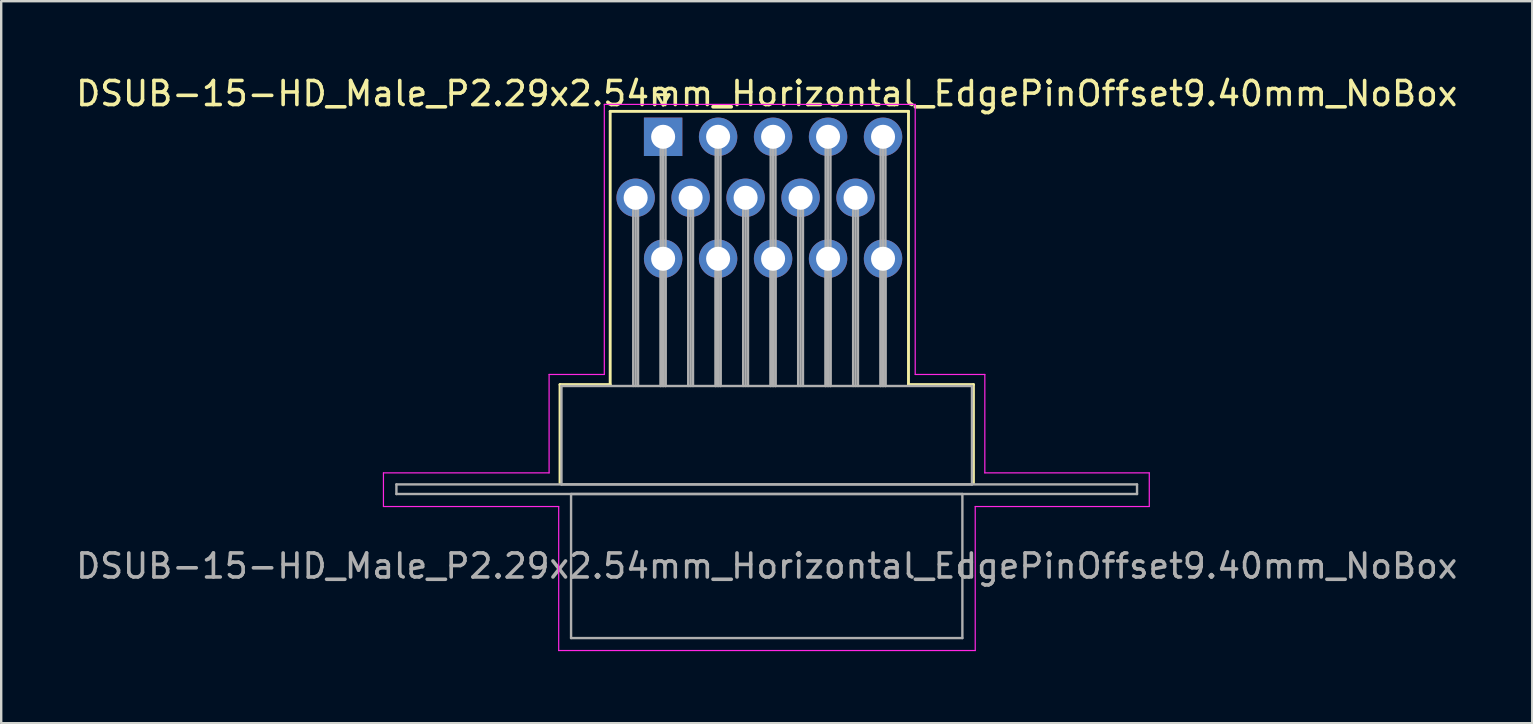
<source format=kicad_pcb>
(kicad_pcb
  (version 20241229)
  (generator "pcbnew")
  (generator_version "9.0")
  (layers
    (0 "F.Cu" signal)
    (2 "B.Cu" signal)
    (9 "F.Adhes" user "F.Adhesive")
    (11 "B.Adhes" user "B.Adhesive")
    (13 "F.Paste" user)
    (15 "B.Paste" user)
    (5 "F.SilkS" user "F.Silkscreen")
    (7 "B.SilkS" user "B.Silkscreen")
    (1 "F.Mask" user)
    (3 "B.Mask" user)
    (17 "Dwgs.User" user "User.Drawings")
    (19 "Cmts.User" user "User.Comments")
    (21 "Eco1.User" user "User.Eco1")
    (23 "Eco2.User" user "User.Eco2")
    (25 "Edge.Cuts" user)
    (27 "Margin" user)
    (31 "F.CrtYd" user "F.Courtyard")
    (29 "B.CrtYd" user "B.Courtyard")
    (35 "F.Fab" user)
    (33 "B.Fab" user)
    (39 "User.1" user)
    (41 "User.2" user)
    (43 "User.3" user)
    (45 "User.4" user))
  (footprint "DSUB-15-HD_Male_P2.29x2.54mm_Horizontal_EdgePinOffset9.40mm_NoBox"
    (layer "F.Cu")
    (at 24.572 2.648)
    (property "Reference" "DSUB-15-HD_Male_P2.29x2.54mm_Horizontal_EdgePinOffset9.40mm_NoBox" (at 4.315 -1.8 0) (layer "F.SilkS") (effects (font (size 1 1) (thickness 0.15))))
    (attr through_hole)
    (fp_line (start -4.295 10.32) (end -2.205 10.32) (stroke (width 0.12) (type solid)) (layer "F.SilkS"))
    (fp_line (start -4.295 14.42) (end -4.295 10.32) (stroke (width 0.12) (type solid)) (layer "F.SilkS"))
    (fp_line (start -2.205 -1.06) (end 10.22 -1.06) (stroke (width 0.12) (type solid)) (layer "F.SilkS"))
    (fp_line (start -2.205 10.32) (end -2.205 -1.06) (stroke (width 0.12) (type solid)) (layer "F.SilkS"))
    (fp_line (start -0.25 -1.754) (end 0.25 -1.754) (stroke (width 0.12) (type solid)) (layer "F.SilkS"))
    (fp_line (start 0 -1.321) (end -0.25 -1.754) (stroke (width 0.12) (type solid)) (layer "F.SilkS"))
    (fp_line (start 0.25 -1.754) (end 0 -1.321) (stroke (width 0.12) (type solid)) (layer "F.SilkS"))
    (fp_line (start 10.22 -1.06) (end 10.22 10.32) (stroke (width 0.12) (type solid)) (layer "F.SilkS"))
    (fp_line (start 10.22 10.32) (end 12.925 10.32) (stroke (width 0.12) (type solid)) (layer "F.SilkS"))
    (fp_line (start 12.925 10.32) (end 12.925 14.42) (stroke (width 0.12) (type solid)) (layer "F.SilkS"))
    (fp_line (start -11.65 14) (end -4.75 14) (stroke (width 0.05) (type solid)) (layer "F.CrtYd"))
    (fp_line (start -11.65 15.4) (end -11.65 14) (stroke (width 0.05) (type solid)) (layer "F.CrtYd"))
    (fp_line (start -4.75 9.9) (end -2.45 9.9) (stroke (width 0.05) (type solid)) (layer "F.CrtYd"))
    (fp_line (start -4.75 14) (end -4.75 9.9) (stroke (width 0.05) (type solid)) (layer "F.CrtYd"))
    (fp_line (start -4.35 15.4) (end -11.65 15.4) (stroke (width 0.05) (type solid)) (layer "F.CrtYd"))
    (fp_line (start -4.35 21.4) (end -4.35 15.4) (stroke (width 0.05) (type solid)) (layer "F.CrtYd"))
    (fp_line (start -2.45 -1.35) (end 10.5 -1.35) (stroke (width 0.05) (type solid)) (layer "F.CrtYd"))
    (fp_line (start -2.45 9.9) (end -2.45 -1.35) (stroke (width 0.05) (type solid)) (layer "F.CrtYd"))
    (fp_line (start 10.5 -1.35) (end 10.5 9.9) (stroke (width 0.05) (type solid)) (layer "F.CrtYd"))
    (fp_line (start 10.5 9.9) (end 13.4 9.9) (stroke (width 0.05) (type solid)) (layer "F.CrtYd"))
    (fp_line (start 13 15.4) (end 13 21.4) (stroke (width 0.05) (type solid)) (layer "F.CrtYd"))
    (fp_line (start 13 21.4) (end -4.35 21.4) (stroke (width 0.05) (type solid)) (layer "F.CrtYd"))
    (fp_line (start 13.4 9.9) (end 13.4 14) (stroke (width 0.05) (type solid)) (layer "F.CrtYd"))
    (fp_line (start 13.4 14) (end 20.25 14) (stroke (width 0.05) (type solid)) (layer "F.CrtYd"))
    (fp_line (start 20.25 14) (end 20.25 15.4) (stroke (width 0.05) (type solid)) (layer "F.CrtYd"))
    (fp_line (start 20.25 15.4) (end 13 15.4) (stroke (width 0.05) (type solid)) (layer "F.CrtYd"))
    (fp_line (start -11.11 14.48) (end -11.11 14.88) (stroke (width 0.1) (type solid)) (layer "F.Fab"))
    (fp_line (start -11.11 14.88) (end 19.74 14.88) (stroke (width 0.1) (type solid)) (layer "F.Fab"))
    (fp_line (start -4.235 10.38) (end -4.235 14.48) (stroke (width 0.1) (type solid)) (layer "F.Fab"))
    (fp_line (start -4.235 14.48) (end 12.865 14.48) (stroke (width 0.1) (type solid)) (layer "F.Fab"))
    (fp_line (start -3.835 14.88) (end -3.835 20.88) (stroke (width 0.1) (type solid)) (layer "F.Fab"))
    (fp_line (start -3.835 20.88) (end 12.465 20.88) (stroke (width 0.1) (type solid)) (layer "F.Fab"))
    (fp_line (start -1.245 2.54) (end -1.245 10.38) (stroke (width 0.1) (type solid)) (layer "F.Fab"))
    (fp_line (start -1.145 2.54) (end -1.145 10.38) (stroke (width 0.1) (type solid)) (layer "F.Fab"))
    (fp_line (start -1.045 2.54) (end -1.045 10.38) (stroke (width 0.1) (type solid)) (layer "F.Fab"))
    (fp_line (start -0.1 0) (end -0.1 10.38) (stroke (width 0.1) (type solid)) (layer "F.Fab"))
    (fp_line (start -0.1 5.08) (end -0.1 10.38) (stroke (width 0.1) (type solid)) (layer "F.Fab"))
    (fp_line (start 0 0) (end 0 10.38) (stroke (width 0.1) (type solid)) (layer "F.Fab"))
    (fp_line (start 0 5.08) (end 0 10.38) (stroke (width 0.1) (type solid)) (layer "F.Fab"))
    (fp_line (start 0.1 0) (end 0.1 10.38) (stroke (width 0.1) (type solid)) (layer "F.Fab"))
    (fp_line (start 0.1 5.08) (end 0.1 10.38) (stroke (width 0.1) (type solid)) (layer "F.Fab"))
    (fp_line (start 1.045 2.54) (end 1.045 10.38) (stroke (width 0.1) (type solid)) (layer "F.Fab"))
    (fp_line (start 1.145 2.54) (end 1.145 10.38) (stroke (width 0.1) (type solid)) (layer "F.Fab"))
    (fp_line (start 1.245 2.54) (end 1.245 10.38) (stroke (width 0.1) (type solid)) (layer "F.Fab"))
    (fp_line (start 2.19 0) (end 2.19 10.38) (stroke (width 0.1) (type solid)) (layer "F.Fab"))
    (fp_line (start 2.19 5.08) (end 2.19 10.38) (stroke (width 0.1) (type solid)) (layer "F.Fab"))
    (fp_line (start 2.29 0) (end 2.29 10.38) (stroke (width 0.1) (type solid)) (layer "F.Fab"))
    (fp_line (start 2.29 5.08) (end 2.29 10.38) (stroke (width 0.1) (type solid)) (layer "F.Fab"))
    (fp_line (start 2.39 0) (end 2.39 10.38) (stroke (width 0.1) (type solid)) (layer "F.Fab"))
    (fp_line (start 2.39 5.08) (end 2.39 10.38) (stroke (width 0.1) (type solid)) (layer "F.Fab"))
    (fp_line (start 3.335 2.54) (end 3.335 10.38) (stroke (width 0.1) (type solid)) (layer "F.Fab"))
    (fp_line (start 3.435 2.54) (end 3.435 10.38) (stroke (width 0.1) (type solid)) (layer "F.Fab"))
    (fp_line (start 3.535 2.54) (end 3.535 10.38) (stroke (width 0.1) (type solid)) (layer "F.Fab"))
    (fp_line (start 4.48 0) (end 4.48 10.38) (stroke (width 0.1) (type solid)) (layer "F.Fab"))
    (fp_line (start 4.48 5.08) (end 4.48 10.38) (stroke (width 0.1) (type solid)) (layer "F.Fab"))
    (fp_line (start 4.58 0) (end 4.58 10.38) (stroke (width 0.1) (type solid)) (layer "F.Fab"))
    (fp_line (start 4.58 5.08) (end 4.58 10.38) (stroke (width 0.1) (type solid)) (layer "F.Fab"))
    (fp_line (start 4.68 0) (end 4.68 10.38) (stroke (width 0.1) (type solid)) (layer "F.Fab"))
    (fp_line (start 4.68 5.08) (end 4.68 10.38) (stroke (width 0.1) (type solid)) (layer "F.Fab"))
    (fp_line (start 5.625 2.54) (end 5.625 10.38) (stroke (width 0.1) (type solid)) (layer "F.Fab"))
    (fp_line (start 5.725 2.54) (end 5.725 10.38) (stroke (width 0.1) (type solid)) (layer "F.Fab"))
    (fp_line (start 5.825 2.54) (end 5.825 10.38) (stroke (width 0.1) (type solid)) (layer "F.Fab"))
    (fp_line (start 6.77 0) (end 6.77 10.38) (stroke (width 0.1) (type solid)) (layer "F.Fab"))
    (fp_line (start 6.77 5.08) (end 6.77 10.38) (stroke (width 0.1) (type solid)) (layer "F.Fab"))
    (fp_line (start 6.87 0) (end 6.87 10.38) (stroke (width 0.1) (type solid)) (layer "F.Fab"))
    (fp_line (start 6.87 5.08) (end 6.87 10.38) (stroke (width 0.1) (type solid)) (layer "F.Fab"))
    (fp_line (start 6.97 0) (end 6.97 10.38) (stroke (width 0.1) (type solid)) (layer "F.Fab"))
    (fp_line (start 6.97 5.08) (end 6.97 10.38) (stroke (width 0.1) (type solid)) (layer "F.Fab"))
    (fp_line (start 7.915 2.54) (end 7.915 10.38) (stroke (width 0.1) (type solid)) (layer "F.Fab"))
    (fp_line (start 8.015 2.54) (end 8.015 10.38) (stroke (width 0.1) (type solid)) (layer "F.Fab"))
    (fp_line (start 8.115 2.54) (end 8.115 10.38) (stroke (width 0.1) (type solid)) (layer "F.Fab"))
    (fp_line (start 9.06 0) (end 9.06 10.38) (stroke (width 0.1) (type solid)) (layer "F.Fab"))
    (fp_line (start 9.06 5.08) (end 9.06 10.38) (stroke (width 0.1) (type solid)) (layer "F.Fab"))
    (fp_line (start 9.16 0) (end 9.16 10.38) (stroke (width 0.1) (type solid)) (layer "F.Fab"))
    (fp_line (start 9.16 5.08) (end 9.16 10.38) (stroke (width 0.1) (type solid)) (layer "F.Fab"))
    (fp_line (start 9.26 0) (end 9.26 10.38) (stroke (width 0.1) (type solid)) (layer "F.Fab"))
    (fp_line (start 9.26 5.08) (end 9.26 10.38) (stroke (width 0.1) (type solid)) (layer "F.Fab"))
    (fp_line (start 12.465 14.88) (end -3.835 14.88) (stroke (width 0.1) (type solid)) (layer "F.Fab"))
    (fp_line (start 12.465 20.88) (end 12.465 14.88) (stroke (width 0.1) (type solid)) (layer "F.Fab"))
    (fp_line (start 12.865 10.38) (end -4.235 10.38) (stroke (width 0.1) (type solid)) (layer "F.Fab"))
    (fp_line (start 12.865 14.48) (end 12.865 10.38) (stroke (width 0.1) (type solid)) (layer "F.Fab"))
    (fp_line (start 19.74 14.48) (end -11.11 14.48) (stroke (width 0.1) (type solid)) (layer "F.Fab"))
    (fp_line (start 19.74 14.88) (end 19.74 14.48) (stroke (width 0.1) (type solid)) (layer "F.Fab"))
    (fp_text user "${REFERENCE}" (at 4.315 17.88 0) (layer "F.Fab") (effects (font (size 1 1) (thickness 0.15))))
    (pad "1" thru_hole rect (at 0 0) (size 1.6 1.6) (drill 1) (layers "*.Cu" "*.Mask"))
    (pad "2" thru_hole circle (at 2.29 0) (size 1.6 1.6) (drill 1) (layers "*.Cu" "*.Mask"))
    (pad "3" thru_hole circle (at 4.58 0) (size 1.6 1.6) (drill 1) (layers "*.Cu" "*.Mask"))
    (pad "4" thru_hole circle (at 6.87 0) (size 1.6 1.6) (drill 1) (layers "*.Cu" "*.Mask"))
    (pad "5" thru_hole circle (at 9.16 0) (size 1.6 1.6) (drill 1) (layers "*.Cu" "*.Mask"))
    (pad "6" thru_hole circle (at -1.145 2.54) (size 1.6 1.6) (drill 1) (layers "*.Cu" "*.Mask"))
    (pad "7" thru_hole circle (at 1.145 2.54) (size 1.6 1.6) (drill 1) (layers "*.Cu" "*.Mask"))
    (pad "8" thru_hole circle (at 3.435 2.54) (size 1.6 1.6) (drill 1) (layers "*.Cu" "*.Mask"))
    (pad "9" thru_hole circle (at 5.725 2.54) (size 1.6 1.6) (drill 1) (layers "*.Cu" "*.Mask"))
    (pad "10" thru_hole circle (at 8.015 2.54) (size 1.6 1.6) (drill 1) (layers "*.Cu" "*.Mask"))
    (pad "11" thru_hole circle (at 0 5.08) (size 1.6 1.6) (drill 1) (layers "*.Cu" "*.Mask"))
    (pad "12" thru_hole circle (at 2.29 5.08) (size 1.6 1.6) (drill 1) (layers "*.Cu" "*.Mask"))
    (pad "13" thru_hole circle (at 4.58 5.08) (size 1.6 1.6) (drill 1) (layers "*.Cu" "*.Mask"))
    (pad "14" thru_hole circle (at 6.87 5.08) (size 1.6 1.6) (drill 1) (layers "*.Cu" "*.Mask"))
    (pad "15" thru_hole circle (at 9.16 5.08) (size 1.6 1.6) (drill 1) (layers "*.Cu" "*.Mask")))
  (gr_rect
    (start -3 -3)
    (end 60.774 27.073)
    (stroke (width 0.1) (type default))
    (fill no)
    (layer "Edge.Cuts")))
</source>
